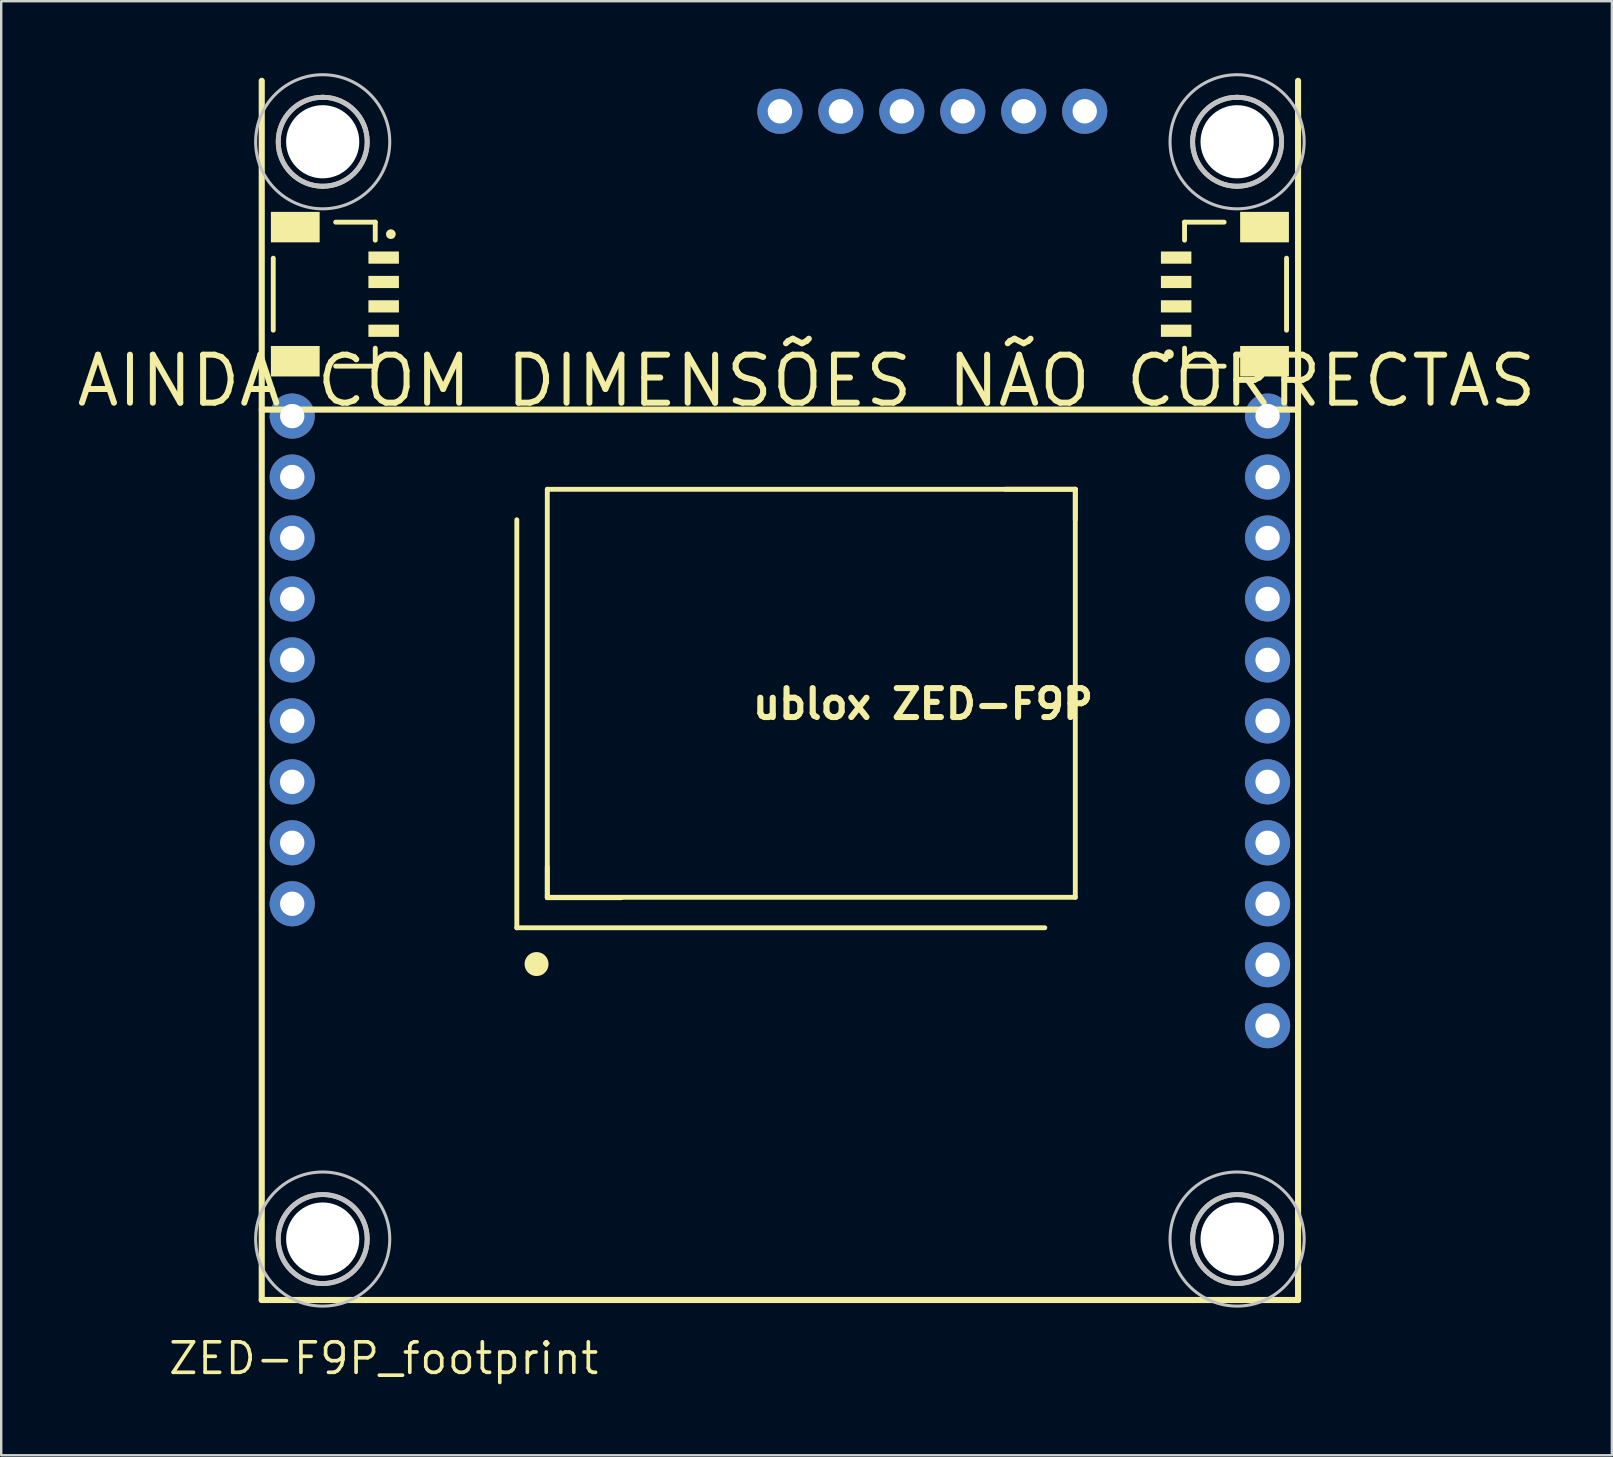
<source format=kicad_pcb>
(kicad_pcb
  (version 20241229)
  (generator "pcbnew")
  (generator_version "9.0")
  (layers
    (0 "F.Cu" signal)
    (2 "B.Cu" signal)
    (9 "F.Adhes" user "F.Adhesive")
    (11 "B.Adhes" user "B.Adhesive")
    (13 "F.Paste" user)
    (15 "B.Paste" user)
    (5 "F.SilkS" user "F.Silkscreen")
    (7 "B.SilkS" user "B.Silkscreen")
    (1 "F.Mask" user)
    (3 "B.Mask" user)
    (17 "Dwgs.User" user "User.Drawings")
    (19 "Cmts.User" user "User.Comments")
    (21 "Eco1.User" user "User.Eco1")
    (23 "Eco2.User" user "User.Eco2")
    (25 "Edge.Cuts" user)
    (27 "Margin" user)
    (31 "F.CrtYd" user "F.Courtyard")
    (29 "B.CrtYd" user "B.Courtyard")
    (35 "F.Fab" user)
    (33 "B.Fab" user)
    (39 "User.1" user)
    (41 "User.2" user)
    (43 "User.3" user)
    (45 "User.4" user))
  (footprint "ZED-F9P_footprint"
    (layer "F.Cu")
    (at 7.856 51.117)
    (property "Reference" "ZED-F9P_footprint" (at 5.08 3.175 0) (layer "F.SilkS") (effects (font (size 1.27 1.27) (thickness 0.152)) (justify bottom)))
    (attr through_hole)
    (fp_line (start 0 -37.1) (end 43.18 -37.1) (stroke (width 0.254) (type solid)) (layer "F.SilkS"))
    (fp_line (start 0 0) (end 0 -50.8) (stroke (width 0.254) (type solid)) (layer "F.SilkS"))
    (fp_line (start 0.48 -43.41) (end 0.48 -40.41) (stroke (width 0.203) (type solid)) (layer "F.SilkS"))
    (fp_line (start 3.08 -44.91) (end 4.73 -44.91) (stroke (width 0.203) (type solid)) (layer "F.SilkS"))
    (fp_line (start 4.73 -44.91) (end 4.73 -44.16) (stroke (width 0.203) (type solid)) (layer "F.SilkS"))
    (fp_line (start 4.73 -39.66) (end 4.73 -38.91) (stroke (width 0.203) (type solid)) (layer "F.SilkS"))
    (fp_line (start 4.73 -38.91) (end 3.08 -38.91) (stroke (width 0.203) (type solid)) (layer "F.SilkS"))
    (fp_line (start 10.628 -32.51) (end 10.628 -15.51) (stroke (width 0.203) (type solid)) (layer "F.SilkS"))
    (fp_line (start 10.628 -15.51) (end 32.628 -15.51) (stroke (width 0.203) (type solid)) (layer "F.SilkS"))
    (fp_line (start 11.898 -33.78) (end 11.898 -16.78) (stroke (width 0.203) (type solid)) (layer "F.SilkS"))
    (fp_line (start 11.898 -16.78) (end 33.898 -16.78) (stroke (width 0.203) (type solid)) (layer "F.SilkS"))
    (fp_line (start 11.898 -16.764) (end 11.898 -18.034) (stroke (width 0.203) (type solid)) (layer "F.SilkS"))
    (fp_line (start 11.898 -16.764) (end 14.986 -16.764) (stroke (width 0.203) (type solid)) (layer "F.SilkS"))
    (fp_line (start 30.988 -33.782) (end 33.898 -33.782) (stroke (width 0.203) (type solid)) (layer "F.SilkS"))
    (fp_line (start 33.898 -33.782) (end 33.898 -32.512) (stroke (width 0.203) (type solid)) (layer "F.SilkS"))
    (fp_line (start 33.898 -33.78) (end 11.898 -33.78) (stroke (width 0.203) (type solid)) (layer "F.SilkS"))
    (fp_line (start 33.898 -16.78) (end 33.898 -33.78) (stroke (width 0.203) (type solid)) (layer "F.SilkS"))
    (fp_line (start 38.45 -44.91) (end 40.1 -44.91) (stroke (width 0.203) (type solid)) (layer "F.SilkS"))
    (fp_line (start 38.45 -44.16) (end 38.45 -44.91) (stroke (width 0.203) (type solid)) (layer "F.SilkS"))
    (fp_line (start 38.45 -38.91) (end 38.45 -39.66) (stroke (width 0.203) (type solid)) (layer "F.SilkS"))
    (fp_line (start 40.1 -38.91) (end 38.45 -38.91) (stroke (width 0.203) (type solid)) (layer "F.SilkS"))
    (fp_line (start 42.7 -40.41) (end 42.7 -43.41) (stroke (width 0.203) (type solid)) (layer "F.SilkS"))
    (fp_line (start 43.18 -50.8) (end 43.18 0) (stroke (width 0.254) (type solid)) (layer "F.SilkS"))
    (fp_line (start 43.18 0) (end 0 0) (stroke (width 0.254) (type solid)) (layer "F.SilkS"))
    (fp_circle (center 5.38 -44.41) (end 5.482 -44.41) (stroke (width 0.203) (type solid)) (fill no) (layer "F.SilkS"))
    (fp_circle (center 11.45 -13.998) (end 11.7 -13.998) (stroke (width 0.5) (type solid)) (fill no) (layer "F.SilkS"))
    (fp_circle (center 37.8 -39.41) (end 37.902 -39.41) (stroke (width 0.203) (type solid)) (fill no) (layer "F.SilkS"))
    (fp_poly (pts (xy 0.381 -44.069) (xy 2.413 -44.069) (xy 2.413 -45.339) (xy 0.381 -45.339)) (stroke (width 0) (type solid)) (fill yes) (layer "F.SilkS"))
    (fp_poly (pts (xy 0.381 -38.481) (xy 2.413 -38.481) (xy 2.413 -39.751) (xy 0.381 -39.751)) (stroke (width 0) (type solid)) (fill yes) (layer "F.SilkS"))
    (fp_poly (pts (xy 4.445 -43.18) (xy 5.715 -43.18) (xy 5.715 -43.688) (xy 4.445 -43.688)) (stroke (width 0) (type solid)) (fill yes) (layer "F.SilkS"))
    (fp_poly (pts (xy 4.445 -42.164) (xy 5.715 -42.164) (xy 5.715 -42.672) (xy 4.445 -42.672)) (stroke (width 0) (type solid)) (fill yes) (layer "F.SilkS"))
    (fp_poly (pts (xy 4.445 -41.148) (xy 5.715 -41.148) (xy 5.715 -41.656) (xy 4.445 -41.656)) (stroke (width 0) (type solid)) (fill yes) (layer "F.SilkS"))
    (fp_poly (pts (xy 4.445 -40.132) (xy 5.715 -40.132) (xy 5.715 -40.64) (xy 4.445 -40.64)) (stroke (width 0) (type solid)) (fill yes) (layer "F.SilkS"))
    (fp_poly (pts (xy 37.465 -43.18) (xy 38.735 -43.18) (xy 38.735 -43.688) (xy 37.465 -43.688)) (stroke (width 0) (type solid)) (fill yes) (layer "F.SilkS"))
    (fp_poly (pts (xy 37.465 -42.164) (xy 38.735 -42.164) (xy 38.735 -42.672) (xy 37.465 -42.672)) (stroke (width 0) (type solid)) (fill yes) (layer "F.SilkS"))
    (fp_poly (pts (xy 37.465 -41.148) (xy 38.735 -41.148) (xy 38.735 -41.656) (xy 37.465 -41.656)) (stroke (width 0) (type solid)) (fill yes) (layer "F.SilkS"))
    (fp_poly (pts (xy 37.465 -40.132) (xy 38.735 -40.132) (xy 38.735 -40.64) (xy 37.465 -40.64)) (stroke (width 0) (type solid)) (fill yes) (layer "F.SilkS"))
    (fp_poly (pts (xy 40.767 -44.069) (xy 42.799 -44.069) (xy 42.799 -45.339) (xy 40.767 -45.339)) (stroke (width 0) (type solid)) (fill yes) (layer "F.SilkS"))
    (fp_poly (pts (xy 40.767 -38.481) (xy 42.799 -38.481) (xy 42.799 -39.751) (xy 40.767 -39.751)) (stroke (width 0) (type solid)) (fill yes) (layer "F.SilkS"))
    (fp_arc (start 2.54 -50.1142) (mid 4.3942 -48.26) (end 2.54 -46.4058) (stroke (width 0.2032) (type solid)) (layer "Dwgs.User"))
    (fp_arc (start 2.54 -50.1142) (mid 4.3942 -48.26) (end 2.54 -46.4058) (stroke (width 0.2032) (type solid)) (layer "Dwgs.User"))
    (fp_arc (start 2.54 -46.4058) (mid 0.6858 -48.26) (end 2.54 -50.1142) (stroke (width 0.2032) (type solid)) (layer "Dwgs.User"))
    (fp_arc (start 2.54 -46.4058) (mid 0.6858 -48.26) (end 2.54 -50.1142) (stroke (width 0.2032) (type solid)) (layer "Dwgs.User"))
    (fp_arc (start 2.54 -4.3942) (mid 4.3942 -2.54) (end 2.54 -0.6858) (stroke (width 0.2032) (type solid)) (layer "Dwgs.User"))
    (fp_arc (start 2.54 -4.3942) (mid 4.3942 -2.54) (end 2.54 -0.6858) (stroke (width 0.2032) (type solid)) (layer "Dwgs.User"))
    (fp_arc (start 2.54 -0.6858) (mid 0.6858 -2.54) (end 2.54 -4.3942) (stroke (width 0.2032) (type solid)) (layer "Dwgs.User"))
    (fp_arc (start 2.54 -0.6858) (mid 0.6858 -2.54) (end 2.54 -4.3942) (stroke (width 0.2032) (type solid)) (layer "Dwgs.User"))
    (fp_arc (start 40.64 -50.1142) (mid 42.4942 -48.26) (end 40.64 -46.4058) (stroke (width 0.2032) (type solid)) (layer "Dwgs.User"))
    (fp_arc (start 40.64 -50.1142) (mid 42.4942 -48.26) (end 40.64 -46.4058) (stroke (width 0.2032) (type solid)) (layer "Dwgs.User"))
    (fp_arc (start 40.64 -46.4058) (mid 38.7858 -48.26) (end 40.64 -50.1142) (stroke (width 0.2032) (type solid)) (layer "Dwgs.User"))
    (fp_arc (start 40.64 -46.4058) (mid 38.7858 -48.26) (end 40.64 -50.1142) (stroke (width 0.2032) (type solid)) (layer "Dwgs.User"))
    (fp_arc (start 40.64 -4.3942) (mid 42.4942 -2.54) (end 40.64 -0.6858) (stroke (width 0.2032) (type solid)) (layer "Dwgs.User"))
    (fp_arc (start 40.64 -4.3942) (mid 42.4942 -2.54) (end 40.64 -0.6858) (stroke (width 0.2032) (type solid)) (layer "Dwgs.User"))
    (fp_arc (start 40.64 -0.6858) (mid 38.7858 -2.54) (end 40.64 -4.3942) (stroke (width 0.2032) (type solid)) (layer "Dwgs.User"))
    (fp_arc (start 40.64 -0.6858) (mid 38.7858 -2.54) (end 40.64 -4.3942) (stroke (width 0.2032) (type solid)) (layer "Dwgs.User"))
    (fp_circle (center 2.54 -48.26) (end 5.334 -48.26) (stroke (width 0.127) (type solid)) (fill no) (layer "Dwgs.User"))
    (fp_circle (center 2.54 -2.54) (end 5.334 -2.54) (stroke (width 0.127) (type solid)) (fill no) (layer "Dwgs.User"))
    (fp_circle (center 40.64 -48.26) (end 43.434 -48.26) (stroke (width 0.127) (type solid)) (fill no) (layer "Dwgs.User"))
    (fp_circle (center 40.64 -2.54) (end 43.434 -2.54) (stroke (width 0.127) (type solid)) (fill no) (layer "Dwgs.User"))
    (fp_poly (pts (xy 1.016 -37.084) (xy 1.016 -36.576) (xy 1.524 -36.576) (xy 1.524 -37.084)) (stroke (width 0.1) (type solid)) (fill no) (layer "F.Fab"))
    (fp_poly (pts (xy 1.016 -34.544) (xy 1.016 -34.036) (xy 1.524 -34.036) (xy 1.524 -34.544)) (stroke (width 0.1) (type solid)) (fill no) (layer "F.Fab"))
    (fp_poly (pts (xy 1.016 -32.004) (xy 1.016 -31.496) (xy 1.524 -31.496) (xy 1.524 -32.004)) (stroke (width 0.1) (type solid)) (fill no) (layer "F.Fab"))
    (fp_poly (pts (xy 1.016 -29.464) (xy 1.016 -28.956) (xy 1.524 -28.956) (xy 1.524 -29.464)) (stroke (width 0.1) (type solid)) (fill no) (layer "F.Fab"))
    (fp_poly (pts (xy 1.016 -26.924) (xy 1.016 -26.416) (xy 1.524 -26.416) (xy 1.524 -26.924)) (stroke (width 0.1) (type solid)) (fill no) (layer "F.Fab"))
    (fp_poly (pts (xy 1.016 -24.384) (xy 1.016 -23.876) (xy 1.524 -23.876) (xy 1.524 -24.384)) (stroke (width 0.1) (type solid)) (fill no) (layer "F.Fab"))
    (fp_poly (pts (xy 1.016 -21.844) (xy 1.016 -21.336) (xy 1.524 -21.336) (xy 1.524 -21.844)) (stroke (width 0.1) (type solid)) (fill no) (layer "F.Fab"))
    (fp_poly (pts (xy 1.016 -19.304) (xy 1.016 -18.796) (xy 1.524 -18.796) (xy 1.524 -19.304)) (stroke (width 0.1) (type solid)) (fill no) (layer "F.Fab"))
    (fp_poly (pts (xy 1.016 -16.764) (xy 1.016 -16.256) (xy 1.524 -16.256) (xy 1.524 -16.764)) (stroke (width 0.1) (type solid)) (fill no) (layer "F.Fab"))
    (fp_poly (pts (xy 21.844 -49.784) (xy 21.336 -49.784) (xy 21.336 -49.276) (xy 21.844 -49.276)) (stroke (width 0.1) (type solid)) (fill no) (layer "F.Fab"))
    (fp_poly (pts (xy 24.384 -49.784) (xy 23.876 -49.784) (xy 23.876 -49.276) (xy 24.384 -49.276)) (stroke (width 0.1) (type solid)) (fill no) (layer "F.Fab"))
    (fp_poly (pts (xy 26.924 -49.784) (xy 26.416 -49.784) (xy 26.416 -49.276) (xy 26.924 -49.276)) (stroke (width 0.1) (type solid)) (fill no) (layer "F.Fab"))
    (fp_poly (pts (xy 29.464 -49.784) (xy 28.956 -49.784) (xy 28.956 -49.276) (xy 29.464 -49.276)) (stroke (width 0.1) (type solid)) (fill no) (layer "F.Fab"))
    (fp_poly (pts (xy 32.004 -49.784) (xy 31.496 -49.784) (xy 31.496 -49.276) (xy 32.004 -49.276)) (stroke (width 0.1) (type solid)) (fill no) (layer "F.Fab"))
    (fp_poly (pts (xy 34.544 -49.784) (xy 34.036 -49.784) (xy 34.036 -49.276) (xy 34.544 -49.276)) (stroke (width 0.1) (type solid)) (fill no) (layer "F.Fab"))
    (fp_poly (pts (xy 42.164 -36.576) (xy 42.164 -37.084) (xy 41.656 -37.084) (xy 41.656 -36.576)) (stroke (width 0.1) (type solid)) (fill no) (layer "F.Fab"))
    (fp_poly (pts (xy 42.164 -34.036) (xy 42.164 -34.544) (xy 41.656 -34.544) (xy 41.656 -34.036)) (stroke (width 0.1) (type solid)) (fill no) (layer "F.Fab"))
    (fp_poly (pts (xy 42.164 -31.496) (xy 42.164 -32.004) (xy 41.656 -32.004) (xy 41.656 -31.496)) (stroke (width 0.1) (type solid)) (fill no) (layer "F.Fab"))
    (fp_poly (pts (xy 42.164 -28.956) (xy 42.164 -29.464) (xy 41.656 -29.464) (xy 41.656 -28.956)) (stroke (width 0.1) (type solid)) (fill no) (layer "F.Fab"))
    (fp_poly (pts (xy 42.164 -26.416) (xy 42.164 -26.924) (xy 41.656 -26.924) (xy 41.656 -26.416)) (stroke (width 0.1) (type solid)) (fill no) (layer "F.Fab"))
    (fp_poly (pts (xy 42.164 -23.876) (xy 42.164 -24.384) (xy 41.656 -24.384) (xy 41.656 -23.876)) (stroke (width 0.1) (type solid)) (fill no) (layer "F.Fab"))
    (fp_poly (pts (xy 42.164 -21.336) (xy 42.164 -21.844) (xy 41.656 -21.844) (xy 41.656 -21.336)) (stroke (width 0.1) (type solid)) (fill no) (layer "F.Fab"))
    (fp_poly (pts (xy 42.164 -18.796) (xy 42.164 -19.304) (xy 41.656 -19.304) (xy 41.656 -18.796)) (stroke (width 0.1) (type solid)) (fill no) (layer "F.Fab"))
    (fp_poly (pts (xy 42.164 -16.256) (xy 42.164 -16.764) (xy 41.656 -16.764) (xy 41.656 -16.256)) (stroke (width 0.1) (type solid)) (fill no) (layer "F.Fab"))
    (fp_poly (pts (xy 42.164 -13.716) (xy 42.164 -14.224) (xy 41.656 -14.224) (xy 41.656 -13.716)) (stroke (width 0.1) (type solid)) (fill no) (layer "F.Fab"))
    (fp_poly (pts (xy 42.164 -11.176) (xy 42.164 -11.684) (xy 41.656 -11.684) (xy 41.656 -11.176)) (stroke (width 0.1) (type solid)) (fill no) (layer "F.Fab"))
    (fp_text user "ublox ZED-F9P" (at 20.32 -24.13 0) (layer "F.SilkS") (effects (font (size 1.206 1.206) (thickness 0.254)) (justify left bottom)))
    (fp_text user "AINDA COM DIMENSÕES NÃO CORRECTAS" (at 22.7 -38.3 0) (layer "F.SilkS") (effects (font (size 2 2) (thickness 0.25))))
    (pad "" np_thru_hole circle (at 2.54 -48.26) (size 3.048 3.048) (drill 3.048) (layers "*.Cu" "*.Mask"))
    (pad "" np_thru_hole circle (at 2.54 -2.54) (size 3.048 3.048) (drill 3.048) (layers "*.Cu" "*.Mask"))
    (pad "" np_thru_hole circle (at 40.64 -48.26) (size 3.048 3.048) (drill 3.048) (layers "*.Cu" "*.Mask"))
    (pad "" np_thru_hole circle (at 40.64 -2.54) (size 3.048 3.048) (drill 3.048) (layers "*.Cu" "*.Mask"))
    (pad "1" thru_hole circle (at 1.27 -36.83) (size 1.88 1.88) (drill 1.016) (layers "*.Cu" "*.Mask"))
    (pad "2" thru_hole circle (at 1.27 -34.29) (size 1.88 1.88) (drill 1.016) (layers "*.Cu" "*.Mask"))
    (pad "3" thru_hole circle (at 1.27 -31.75) (size 1.88 1.88) (drill 1.016) (layers "*.Cu" "*.Mask"))
    (pad "4" thru_hole circle (at 1.27 -29.21) (size 1.88 1.88) (drill 1.016) (layers "*.Cu" "*.Mask"))
    (pad "5" thru_hole circle (at 1.27 -26.67) (size 1.88 1.88) (drill 1.016) (layers "*.Cu" "*.Mask"))
    (pad "6" thru_hole circle (at 1.27 -24.13) (size 1.88 1.88) (drill 1.016) (layers "*.Cu" "*.Mask"))
    (pad "7" thru_hole circle (at 1.27 -21.59) (size 1.88 1.88) (drill 1.016) (layers "*.Cu" "*.Mask"))
    (pad "8" thru_hole circle (at 1.27 -19.05) (size 1.88 1.88) (drill 1.016) (layers "*.Cu" "*.Mask"))
    (pad "9" thru_hole circle (at 1.27 -16.51) (size 1.88 1.88) (drill 1.016) (layers "*.Cu" "*.Mask"))
    (pad "10" thru_hole circle (at 41.91 -11.43 180) (size 1.88 1.88) (drill 1.016) (layers "*.Cu" "*.Mask"))
    (pad "11" thru_hole circle (at 41.91 -13.97 180) (size 1.88 1.88) (drill 1.016) (layers "*.Cu" "*.Mask"))
    (pad "12" thru_hole circle (at 41.91 -16.51 180) (size 1.88 1.88) (drill 1.016) (layers "*.Cu" "*.Mask"))
    (pad "13" thru_hole circle (at 41.91 -19.05 180) (size 1.88 1.88) (drill 1.016) (layers "*.Cu" "*.Mask"))
    (pad "14" thru_hole circle (at 41.91 -21.59 180) (size 1.88 1.88) (drill 1.016) (layers "*.Cu" "*.Mask"))
    (pad "15" thru_hole circle (at 41.91 -24.13 180) (size 1.88 1.88) (drill 1.016) (layers "*.Cu" "*.Mask"))
    (pad "16" thru_hole circle (at 41.91 -26.67 180) (size 1.88 1.88) (drill 1.016) (layers "*.Cu" "*.Mask"))
    (pad "17" thru_hole circle (at 41.91 -29.21 180) (size 1.88 1.88) (drill 1.016) (layers "*.Cu" "*.Mask"))
    (pad "18" thru_hole circle (at 41.91 -31.75 180) (size 1.88 1.88) (drill 1.016) (layers "*.Cu" "*.Mask"))
    (pad "19" thru_hole circle (at 41.91 -34.29 180) (size 1.88 1.88) (drill 1.016) (layers "*.Cu" "*.Mask"))
    (pad "20" thru_hole circle (at 41.91 -36.83 180) (size 1.88 1.88) (drill 1.016) (layers "*.Cu" "*.Mask"))
    (pad "21" thru_hole circle (at 34.29 -49.53 270) (size 1.88 1.88) (drill 1.016) (layers "*.Cu" "*.Mask"))
    (pad "22" thru_hole circle (at 31.75 -49.53 270) (size 1.88 1.88) (drill 1.016) (layers "*.Cu" "*.Mask"))
    (pad "23" thru_hole circle (at 29.21 -49.53 270) (size 1.88 1.88) (drill 1.016) (layers "*.Cu" "*.Mask"))
    (pad "24" thru_hole circle (at 26.67 -49.53 270) (size 1.88 1.88) (drill 1.016) (layers "*.Cu" "*.Mask"))
    (pad "25" thru_hole circle (at 24.13 -49.53 270) (size 1.88 1.88) (drill 1.016) (layers "*.Cu" "*.Mask"))
    (pad "26" thru_hole circle (at 21.59 -49.53 270) (size 1.88 1.88) (drill 1.016) (layers "*.Cu" "*.Mask")))
  (gr_rect
    (start -3 -3)
    (end 64.112 57.586)
    (stroke (width 0.1) (type default))
    (fill no)
    (layer "Edge.Cuts")))
</source>
